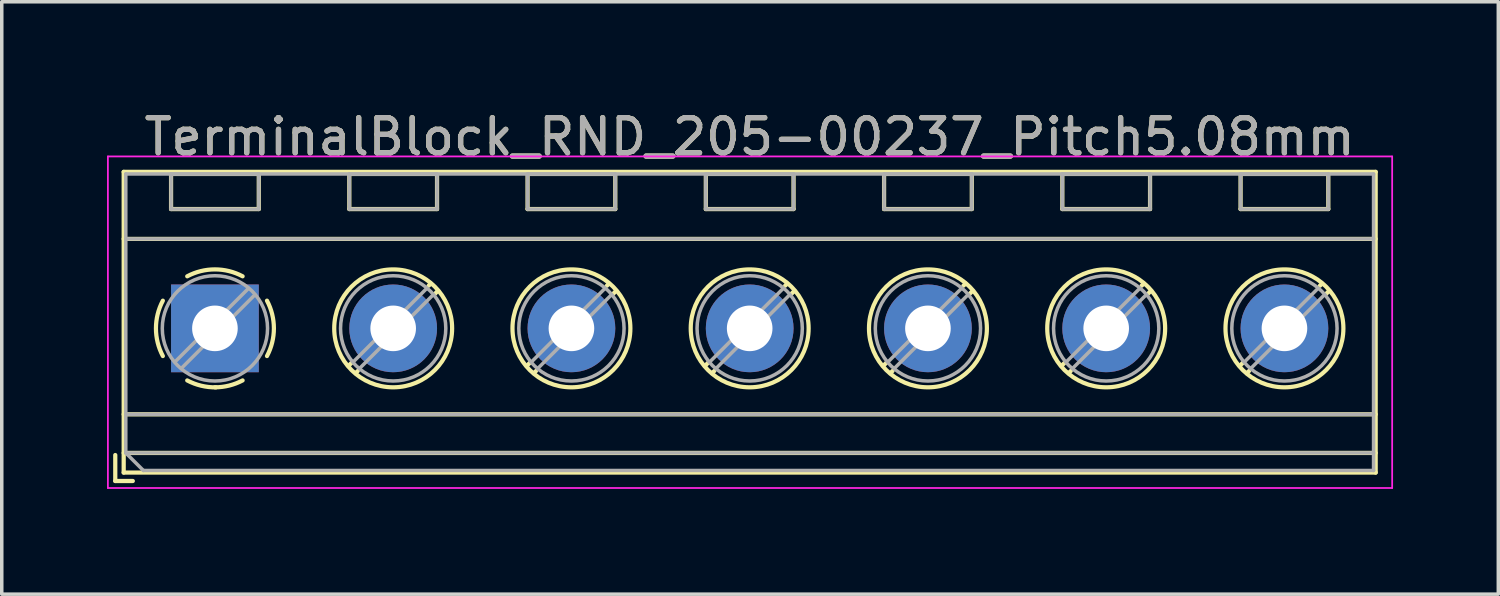
<source format=kicad_pcb>
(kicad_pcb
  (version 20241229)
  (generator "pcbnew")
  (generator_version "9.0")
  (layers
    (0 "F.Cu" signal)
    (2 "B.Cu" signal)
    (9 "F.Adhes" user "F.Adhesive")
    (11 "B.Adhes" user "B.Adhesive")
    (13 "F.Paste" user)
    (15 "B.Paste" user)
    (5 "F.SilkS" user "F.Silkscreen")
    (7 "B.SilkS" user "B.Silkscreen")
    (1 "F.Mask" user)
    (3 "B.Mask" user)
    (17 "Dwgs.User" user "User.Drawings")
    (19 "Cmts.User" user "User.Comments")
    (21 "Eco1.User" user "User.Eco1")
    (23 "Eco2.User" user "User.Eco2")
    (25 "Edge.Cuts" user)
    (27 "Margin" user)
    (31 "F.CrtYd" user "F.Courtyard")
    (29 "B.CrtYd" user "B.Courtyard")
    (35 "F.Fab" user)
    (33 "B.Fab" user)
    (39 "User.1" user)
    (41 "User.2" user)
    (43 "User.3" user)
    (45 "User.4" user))
  (footprint "TerminalBlock_RND_205-00237_Pitch5.08mm"
    (layer "F.Cu")
    (at 3.075 6.308)
    (property "Reference" "TerminalBlock_RND_205-00237_Pitch5.08mm" (at 15.24 -5.46 0) (layer "F.SilkS") (effects (font (size 1 1) (thickness 0.15))))
    (attr through_hole)
    (fp_line (start -2.84 3.61) (end -2.84 4.35) (stroke (width 0.12) (type solid)) (layer "F.SilkS"))
    (fp_line (start -2.84 4.35) (end -2.34 4.35) (stroke (width 0.12) (type solid)) (layer "F.SilkS"))
    (fp_line (start -2.6 -4.46) (end -2.6 4.11) (stroke (width 0.12) (type solid)) (layer "F.SilkS"))
    (fp_line (start -2.6 -2.55) (end 33.08 -2.55) (stroke (width 0.12) (type solid)) (layer "F.SilkS"))
    (fp_line (start -2.6 2.45) (end 33.08 2.45) (stroke (width 0.12) (type solid)) (layer "F.SilkS"))
    (fp_line (start -2.6 3.55) (end 33.08 3.55) (stroke (width 0.12) (type solid)) (layer "F.SilkS"))
    (fp_line (start -2.6 4.11) (end 33.08 4.11) (stroke (width 0.12) (type solid)) (layer "F.SilkS"))
    (fp_line (start -1.25 -4.4) (end -1.25 -3.4) (stroke (width 0.12) (type solid)) (layer "F.SilkS"))
    (fp_line (start -1.25 -4.4) (end 1.25 -4.4) (stroke (width 0.12) (type solid)) (layer "F.SilkS"))
    (fp_line (start -1.25 -3.4) (end 1.25 -3.4) (stroke (width 0.12) (type solid)) (layer "F.SilkS"))
    (fp_line (start 1.25 -4.4) (end 1.25 -3.4) (stroke (width 0.12) (type solid)) (layer "F.SilkS"))
    (fp_line (start 3.83 -4.4) (end 3.83 -3.4) (stroke (width 0.12) (type solid)) (layer "F.SilkS"))
    (fp_line (start 3.83 -4.4) (end 6.33 -4.4) (stroke (width 0.12) (type solid)) (layer "F.SilkS"))
    (fp_line (start 3.83 -3.4) (end 6.33 -3.4) (stroke (width 0.12) (type solid)) (layer "F.SilkS"))
    (fp_line (start 3.9 0.976) (end 3.806 1.069) (stroke (width 0.12) (type solid)) (layer "F.SilkS"))
    (fp_line (start 4.07 1.216) (end 4.011 1.274) (stroke (width 0.12) (type solid)) (layer "F.SilkS"))
    (fp_line (start 6.15 -1.275) (end 6.091 -1.216) (stroke (width 0.12) (type solid)) (layer "F.SilkS"))
    (fp_line (start 6.33 -4.4) (end 6.33 -3.4) (stroke (width 0.12) (type solid)) (layer "F.SilkS"))
    (fp_line (start 6.355 -1.069) (end 6.261 -0.976) (stroke (width 0.12) (type solid)) (layer "F.SilkS"))
    (fp_line (start 8.91 -4.4) (end 8.91 -3.4) (stroke (width 0.12) (type solid)) (layer "F.SilkS"))
    (fp_line (start 8.91 -4.4) (end 11.41 -4.4) (stroke (width 0.12) (type solid)) (layer "F.SilkS"))
    (fp_line (start 8.91 -3.4) (end 11.41 -3.4) (stroke (width 0.12) (type solid)) (layer "F.SilkS"))
    (fp_line (start 8.98 0.976) (end 8.886 1.069) (stroke (width 0.12) (type solid)) (layer "F.SilkS"))
    (fp_line (start 9.15 1.216) (end 9.091 1.274) (stroke (width 0.12) (type solid)) (layer "F.SilkS"))
    (fp_line (start 11.23 -1.275) (end 11.171 -1.216) (stroke (width 0.12) (type solid)) (layer "F.SilkS"))
    (fp_line (start 11.41 -4.4) (end 11.41 -3.4) (stroke (width 0.12) (type solid)) (layer "F.SilkS"))
    (fp_line (start 11.435 -1.069) (end 11.341 -0.976) (stroke (width 0.12) (type solid)) (layer "F.SilkS"))
    (fp_line (start 13.99 -4.4) (end 13.99 -3.4) (stroke (width 0.12) (type solid)) (layer "F.SilkS"))
    (fp_line (start 13.99 -4.4) (end 16.49 -4.4) (stroke (width 0.12) (type solid)) (layer "F.SilkS"))
    (fp_line (start 13.99 -3.4) (end 16.49 -3.4) (stroke (width 0.12) (type solid)) (layer "F.SilkS"))
    (fp_line (start 14.06 0.976) (end 13.966 1.069) (stroke (width 0.12) (type solid)) (layer "F.SilkS"))
    (fp_line (start 14.23 1.216) (end 14.171 1.274) (stroke (width 0.12) (type solid)) (layer "F.SilkS"))
    (fp_line (start 16.31 -1.275) (end 16.251 -1.216) (stroke (width 0.12) (type solid)) (layer "F.SilkS"))
    (fp_line (start 16.49 -4.4) (end 16.49 -3.4) (stroke (width 0.12) (type solid)) (layer "F.SilkS"))
    (fp_line (start 16.515 -1.069) (end 16.421 -0.976) (stroke (width 0.12) (type solid)) (layer "F.SilkS"))
    (fp_line (start 19.07 -4.4) (end 19.07 -3.4) (stroke (width 0.12) (type solid)) (layer "F.SilkS"))
    (fp_line (start 19.07 -4.4) (end 21.57 -4.4) (stroke (width 0.12) (type solid)) (layer "F.SilkS"))
    (fp_line (start 19.07 -3.4) (end 21.57 -3.4) (stroke (width 0.12) (type solid)) (layer "F.SilkS"))
    (fp_line (start 19.14 0.976) (end 19.046 1.069) (stroke (width 0.12) (type solid)) (layer "F.SilkS"))
    (fp_line (start 19.31 1.216) (end 19.251 1.274) (stroke (width 0.12) (type solid)) (layer "F.SilkS"))
    (fp_line (start 21.39 -1.275) (end 21.331 -1.216) (stroke (width 0.12) (type solid)) (layer "F.SilkS"))
    (fp_line (start 21.57 -4.4) (end 21.57 -3.4) (stroke (width 0.12) (type solid)) (layer "F.SilkS"))
    (fp_line (start 21.595 -1.069) (end 21.501 -0.976) (stroke (width 0.12) (type solid)) (layer "F.SilkS"))
    (fp_line (start 24.15 -4.4) (end 24.15 -3.4) (stroke (width 0.12) (type solid)) (layer "F.SilkS"))
    (fp_line (start 24.15 -4.4) (end 26.65 -4.4) (stroke (width 0.12) (type solid)) (layer "F.SilkS"))
    (fp_line (start 24.15 -3.4) (end 26.65 -3.4) (stroke (width 0.12) (type solid)) (layer "F.SilkS"))
    (fp_line (start 24.22 0.976) (end 24.126 1.069) (stroke (width 0.12) (type solid)) (layer "F.SilkS"))
    (fp_line (start 24.39 1.216) (end 24.331 1.274) (stroke (width 0.12) (type solid)) (layer "F.SilkS"))
    (fp_line (start 26.47 -1.275) (end 26.411 -1.216) (stroke (width 0.12) (type solid)) (layer "F.SilkS"))
    (fp_line (start 26.65 -4.4) (end 26.65 -3.4) (stroke (width 0.12) (type solid)) (layer "F.SilkS"))
    (fp_line (start 26.675 -1.069) (end 26.581 -0.976) (stroke (width 0.12) (type solid)) (layer "F.SilkS"))
    (fp_line (start 29.23 -4.4) (end 29.23 -3.4) (stroke (width 0.12) (type solid)) (layer "F.SilkS"))
    (fp_line (start 29.23 -4.4) (end 31.73 -4.4) (stroke (width 0.12) (type solid)) (layer "F.SilkS"))
    (fp_line (start 29.23 -3.4) (end 31.73 -3.4) (stroke (width 0.12) (type solid)) (layer "F.SilkS"))
    (fp_line (start 29.3 0.976) (end 29.206 1.069) (stroke (width 0.12) (type solid)) (layer "F.SilkS"))
    (fp_line (start 29.47 1.216) (end 29.411 1.274) (stroke (width 0.12) (type solid)) (layer "F.SilkS"))
    (fp_line (start 31.55 -1.275) (end 31.491 -1.216) (stroke (width 0.12) (type solid)) (layer "F.SilkS"))
    (fp_line (start 31.73 -4.4) (end 31.73 -3.4) (stroke (width 0.12) (type solid)) (layer "F.SilkS"))
    (fp_line (start 31.755 -1.069) (end 31.661 -0.976) (stroke (width 0.12) (type solid)) (layer "F.SilkS"))
    (fp_line (start 33.08 -4.46) (end -2.6 -4.46) (stroke (width 0.12) (type solid)) (layer "F.SilkS"))
    (fp_line (start 33.08 4.11) (end 33.08 -4.46) (stroke (width 0.12) (type solid)) (layer "F.SilkS"))
    (fp_arc (start -1.483953 0.789089) (mid -1.680708 0.00005) (end -1.484 -0.789) (stroke (width 0.12) (type solid)) (layer "F.SilkS"))
    (fp_arc (start -0.789089 -1.483953) (mid -0.00005 -1.680708) (end 0.789 -1.484) (stroke (width 0.12) (type solid)) (layer "F.SilkS"))
    (fp_arc (start 0.029383 1.68045) (mid -0.392304 1.634281) (end -0.789 1.484) (stroke (width 0.12) (type solid)) (layer "F.SilkS"))
    (fp_arc (start 0.788712 1.483352) (mid 0.406429 1.630097) (end 0 1.68) (stroke (width 0.12) (type solid)) (layer "F.SilkS"))
    (fp_arc (start 1.483953 -0.789089) (mid 1.680708 -0.00005) (end 1.484 0.789) (stroke (width 0.12) (type solid)) (layer "F.SilkS"))
    (fp_circle (center 5.08 0) (end 6.76 0) (stroke (width 0.12) (type solid)) (fill no) (layer "F.SilkS"))
    (fp_circle (center 10.16 0) (end 11.84 0) (stroke (width 0.12) (type solid)) (fill no) (layer "F.SilkS"))
    (fp_circle (center 15.24 0) (end 16.92 0) (stroke (width 0.12) (type solid)) (fill no) (layer "F.SilkS"))
    (fp_circle (center 20.32 0) (end 22 0) (stroke (width 0.12) (type solid)) (fill no) (layer "F.SilkS"))
    (fp_circle (center 25.4 0) (end 27.08 0) (stroke (width 0.12) (type solid)) (fill no) (layer "F.SilkS"))
    (fp_circle (center 30.48 0) (end 32.16 0) (stroke (width 0.12) (type solid)) (fill no) (layer "F.SilkS"))
    (fp_line (start -3.05 -4.9) (end -3.05 4.55) (stroke (width 0.05) (type solid)) (layer "F.CrtYd"))
    (fp_line (start -3.05 4.55) (end 33.55 4.55) (stroke (width 0.05) (type solid)) (layer "F.CrtYd"))
    (fp_line (start 33.55 -4.9) (end -3.05 -4.9) (stroke (width 0.05) (type solid)) (layer "F.CrtYd"))
    (fp_line (start 33.55 4.55) (end 33.55 -4.9) (stroke (width 0.05) (type solid)) (layer "F.CrtYd"))
    (fp_line (start -2.54 -4.4) (end 33.02 -4.4) (stroke (width 0.1) (type solid)) (layer "F.Fab"))
    (fp_line (start -2.54 -2.55) (end 33.02 -2.55) (stroke (width 0.1) (type solid)) (layer "F.Fab"))
    (fp_line (start -2.54 2.45) (end 33.02 2.45) (stroke (width 0.1) (type solid)) (layer "F.Fab"))
    (fp_line (start -2.54 3.55) (end -2.54 -4.4) (stroke (width 0.1) (type solid)) (layer "F.Fab"))
    (fp_line (start -2.54 3.55) (end 33.02 3.55) (stroke (width 0.1) (type solid)) (layer "F.Fab"))
    (fp_line (start -2.04 4.05) (end -2.54 3.55) (stroke (width 0.1) (type solid)) (layer "F.Fab"))
    (fp_line (start -1.25 -4.4) (end -1.25 -3.4) (stroke (width 0.1) (type solid)) (layer "F.Fab"))
    (fp_line (start -1.25 -3.4) (end 1.25 -3.4) (stroke (width 0.1) (type solid)) (layer "F.Fab"))
    (fp_line (start 0.955 -1.138) (end -1.138 0.955) (stroke (width 0.1) (type solid)) (layer "F.Fab"))
    (fp_line (start 1.138 -0.955) (end -0.955 1.138) (stroke (width 0.1) (type solid)) (layer "F.Fab"))
    (fp_line (start 1.25 -4.4) (end -1.25 -4.4) (stroke (width 0.1) (type solid)) (layer "F.Fab"))
    (fp_line (start 1.25 -3.4) (end 1.25 -4.4) (stroke (width 0.1) (type solid)) (layer "F.Fab"))
    (fp_line (start 3.83 -4.4) (end 3.83 -3.4) (stroke (width 0.1) (type solid)) (layer "F.Fab"))
    (fp_line (start 3.83 -3.4) (end 6.33 -3.4) (stroke (width 0.1) (type solid)) (layer "F.Fab"))
    (fp_line (start 6.035 -1.138) (end 3.943 0.955) (stroke (width 0.1) (type solid)) (layer "F.Fab"))
    (fp_line (start 6.218 -0.955) (end 4.126 1.138) (stroke (width 0.1) (type solid)) (layer "F.Fab"))
    (fp_line (start 6.33 -4.4) (end 3.83 -4.4) (stroke (width 0.1) (type solid)) (layer "F.Fab"))
    (fp_line (start 6.33 -3.4) (end 6.33 -4.4) (stroke (width 0.1) (type solid)) (layer "F.Fab"))
    (fp_line (start 8.91 -4.4) (end 8.91 -3.4) (stroke (width 0.1) (type solid)) (layer "F.Fab"))
    (fp_line (start 8.91 -3.4) (end 11.41 -3.4) (stroke (width 0.1) (type solid)) (layer "F.Fab"))
    (fp_line (start 11.115 -1.138) (end 9.023 0.955) (stroke (width 0.1) (type solid)) (layer "F.Fab"))
    (fp_line (start 11.298 -0.955) (end 9.206 1.138) (stroke (width 0.1) (type solid)) (layer "F.Fab"))
    (fp_line (start 11.41 -4.4) (end 8.91 -4.4) (stroke (width 0.1) (type solid)) (layer "F.Fab"))
    (fp_line (start 11.41 -3.4) (end 11.41 -4.4) (stroke (width 0.1) (type solid)) (layer "F.Fab"))
    (fp_line (start 13.99 -4.4) (end 13.99 -3.4) (stroke (width 0.1) (type solid)) (layer "F.Fab"))
    (fp_line (start 13.99 -3.4) (end 16.49 -3.4) (stroke (width 0.1) (type solid)) (layer "F.Fab"))
    (fp_line (start 16.195 -1.138) (end 14.103 0.955) (stroke (width 0.1) (type solid)) (layer "F.Fab"))
    (fp_line (start 16.378 -0.955) (end 14.286 1.138) (stroke (width 0.1) (type solid)) (layer "F.Fab"))
    (fp_line (start 16.49 -4.4) (end 13.99 -4.4) (stroke (width 0.1) (type solid)) (layer "F.Fab"))
    (fp_line (start 16.49 -3.4) (end 16.49 -4.4) (stroke (width 0.1) (type solid)) (layer "F.Fab"))
    (fp_line (start 19.07 -4.4) (end 19.07 -3.4) (stroke (width 0.1) (type solid)) (layer "F.Fab"))
    (fp_line (start 19.07 -3.4) (end 21.57 -3.4) (stroke (width 0.1) (type solid)) (layer "F.Fab"))
    (fp_line (start 21.275 -1.138) (end 19.183 0.955) (stroke (width 0.1) (type solid)) (layer "F.Fab"))
    (fp_line (start 21.458 -0.955) (end 19.366 1.138) (stroke (width 0.1) (type solid)) (layer "F.Fab"))
    (fp_line (start 21.57 -4.4) (end 19.07 -4.4) (stroke (width 0.1) (type solid)) (layer "F.Fab"))
    (fp_line (start 21.57 -3.4) (end 21.57 -4.4) (stroke (width 0.1) (type solid)) (layer "F.Fab"))
    (fp_line (start 24.15 -4.4) (end 24.15 -3.4) (stroke (width 0.1) (type solid)) (layer "F.Fab"))
    (fp_line (start 24.15 -3.4) (end 26.65 -3.4) (stroke (width 0.1) (type solid)) (layer "F.Fab"))
    (fp_line (start 26.355 -1.138) (end 24.263 0.955) (stroke (width 0.1) (type solid)) (layer "F.Fab"))
    (fp_line (start 26.538 -0.955) (end 24.446 1.138) (stroke (width 0.1) (type solid)) (layer "F.Fab"))
    (fp_line (start 26.65 -4.4) (end 24.15 -4.4) (stroke (width 0.1) (type solid)) (layer "F.Fab"))
    (fp_line (start 26.65 -3.4) (end 26.65 -4.4) (stroke (width 0.1) (type solid)) (layer "F.Fab"))
    (fp_line (start 29.23 -4.4) (end 29.23 -3.4) (stroke (width 0.1) (type solid)) (layer "F.Fab"))
    (fp_line (start 29.23 -3.4) (end 31.73 -3.4) (stroke (width 0.1) (type solid)) (layer "F.Fab"))
    (fp_line (start 31.435 -1.138) (end 29.343 0.955) (stroke (width 0.1) (type solid)) (layer "F.Fab"))
    (fp_line (start 31.618 -0.955) (end 29.526 1.138) (stroke (width 0.1) (type solid)) (layer "F.Fab"))
    (fp_line (start 31.73 -4.4) (end 29.23 -4.4) (stroke (width 0.1) (type solid)) (layer "F.Fab"))
    (fp_line (start 31.73 -3.4) (end 31.73 -4.4) (stroke (width 0.1) (type solid)) (layer "F.Fab"))
    (fp_line (start 33.02 -4.4) (end 33.02 4.05) (stroke (width 0.1) (type solid)) (layer "F.Fab"))
    (fp_line (start 33.02 4.05) (end -2.04 4.05) (stroke (width 0.1) (type solid)) (layer "F.Fab"))
    (fp_circle (center 0 0) (end 1.5 0) (stroke (width 0.1) (type solid)) (fill no) (layer "F.Fab"))
    (fp_circle (center 5.08 0) (end 6.58 0) (stroke (width 0.1) (type solid)) (fill no) (layer "F.Fab"))
    (fp_circle (center 10.16 0) (end 11.66 0) (stroke (width 0.1) (type solid)) (fill no) (layer "F.Fab"))
    (fp_circle (center 15.24 0) (end 16.74 0) (stroke (width 0.1) (type solid)) (fill no) (layer "F.Fab"))
    (fp_circle (center 20.32 0) (end 21.82 0) (stroke (width 0.1) (type solid)) (fill no) (layer "F.Fab"))
    (fp_circle (center 25.4 0) (end 26.9 0) (stroke (width 0.1) (type solid)) (fill no) (layer "F.Fab"))
    (fp_circle (center 30.48 0) (end 31.98 0) (stroke (width 0.1) (type solid)) (fill no) (layer "F.Fab"))
    (fp_text user "${REFERENCE}" (at 15.24 -5.46 0) (layer "F.Fab") (effects (font (size 1 1) (thickness 0.15))))
    (pad "1" thru_hole rect (at 0 0) (size 2.5 2.5) (drill 1.3) (layers "*.Cu" "*.Mask"))
    (pad "2" thru_hole circle (at 5.08 0) (size 2.5 2.5) (drill 1.3) (layers "*.Cu" "*.Mask"))
    (pad "3" thru_hole circle (at 10.16 0) (size 2.5 2.5) (drill 1.3) (layers "*.Cu" "*.Mask"))
    (pad "4" thru_hole circle (at 15.24 0) (size 2.5 2.5) (drill 1.3) (layers "*.Cu" "*.Mask"))
    (pad "5" thru_hole circle (at 20.32 0) (size 2.5 2.5) (drill 1.3) (layers "*.Cu" "*.Mask"))
    (pad "6" thru_hole circle (at 25.4 0) (size 2.5 2.5) (drill 1.3) (layers "*.Cu" "*.Mask"))
    (pad "7" thru_hole circle (at 30.48 0) (size 2.5 2.5) (drill 1.3) (layers "*.Cu" "*.Mask")))
  (gr_rect
    (start -3 -3)
    (end 39.65 13.883)
    (stroke (width 0.1) (type default))
    (fill no)
    (layer "Edge.Cuts")))
</source>
